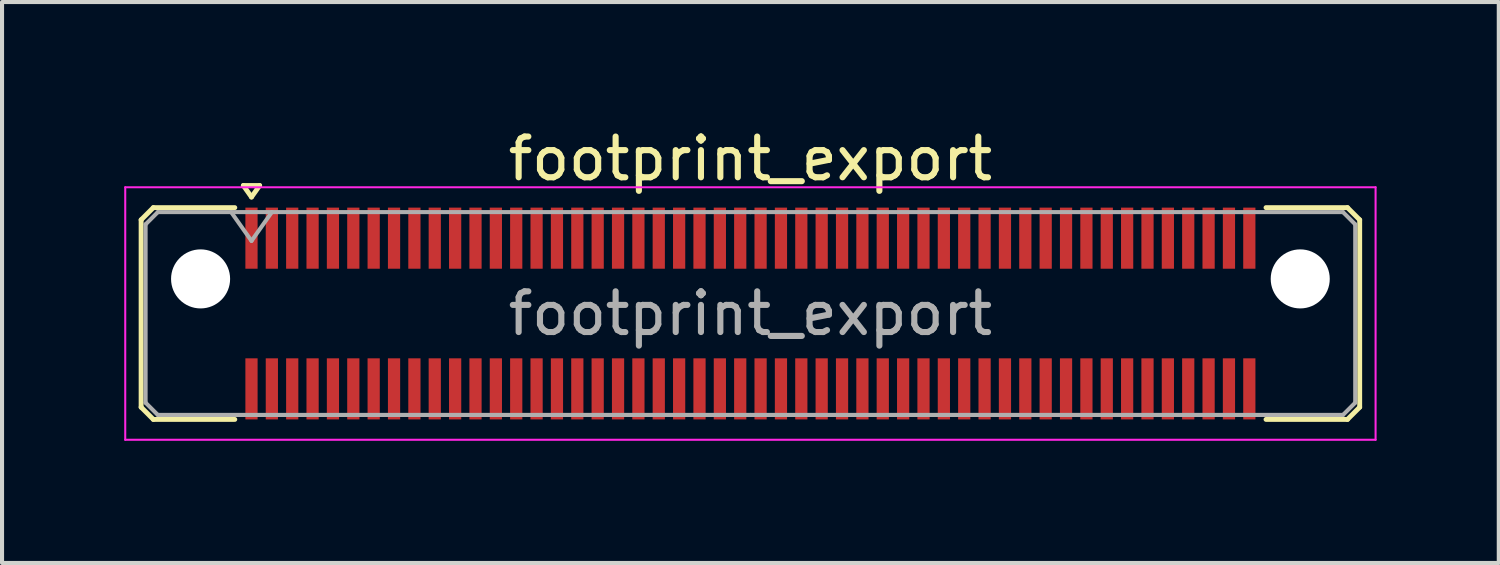
<source format=kicad_pcb>
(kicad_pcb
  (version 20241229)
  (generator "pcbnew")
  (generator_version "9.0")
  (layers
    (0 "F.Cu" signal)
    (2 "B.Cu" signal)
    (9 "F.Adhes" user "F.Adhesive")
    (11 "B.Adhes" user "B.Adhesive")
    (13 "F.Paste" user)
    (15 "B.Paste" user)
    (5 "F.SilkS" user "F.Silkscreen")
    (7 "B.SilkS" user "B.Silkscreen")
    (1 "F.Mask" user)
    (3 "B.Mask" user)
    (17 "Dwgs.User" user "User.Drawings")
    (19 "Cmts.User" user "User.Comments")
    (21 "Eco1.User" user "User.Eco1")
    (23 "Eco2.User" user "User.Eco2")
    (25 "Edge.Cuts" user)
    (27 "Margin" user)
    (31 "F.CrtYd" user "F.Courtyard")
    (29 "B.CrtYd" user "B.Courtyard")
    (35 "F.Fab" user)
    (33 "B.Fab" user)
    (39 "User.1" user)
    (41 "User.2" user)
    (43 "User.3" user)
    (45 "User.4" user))
  (footprint "footprint_export"
    (layer "F.Cu")
    (at 15.375 4.648)
    (property "Reference" "footprint_export" (at 0 -3.8 0) (layer "F.SilkS") (effects (font (size 1 1) (thickness 0.15))))
    (attr smd)
    (fp_line (start -14.96 -2.3) (end -14.96 2.3) (stroke (width 0.12) (type solid)) (layer "F.SilkS"))
    (fp_line (start -14.96 2.3) (end -14.66 2.6) (stroke (width 0.12) (type solid)) (layer "F.SilkS"))
    (fp_line (start -14.66 -2.6) (end -14.96 -2.3) (stroke (width 0.12) (type solid)) (layer "F.SilkS"))
    (fp_line (start -14.66 2.6) (end -12.66 2.6) (stroke (width 0.12) (type solid)) (layer "F.SilkS"))
    (fp_line (start -12.66 -2.6) (end -14.66 -2.6) (stroke (width 0.12) (type solid)) (layer "F.SilkS"))
    (fp_line (start -12.45 -3.143) (end -12.05 -3.143) (stroke (width 0.12) (type solid)) (layer "F.SilkS"))
    (fp_line (start -12.25 -2.86) (end -12.45 -3.143) (stroke (width 0.12) (type solid)) (layer "F.SilkS"))
    (fp_line (start -12.05 -3.143) (end -12.25 -2.86) (stroke (width 0.12) (type solid)) (layer "F.SilkS"))
    (fp_line (start 12.66 -2.6) (end 14.66 -2.6) (stroke (width 0.12) (type solid)) (layer "F.SilkS"))
    (fp_line (start 14.66 -2.6) (end 14.96 -2.3) (stroke (width 0.12) (type solid)) (layer "F.SilkS"))
    (fp_line (start 14.66 2.6) (end 12.66 2.6) (stroke (width 0.12) (type solid)) (layer "F.SilkS"))
    (fp_line (start 14.96 -2.3) (end 14.96 2.3) (stroke (width 0.12) (type solid)) (layer "F.SilkS"))
    (fp_line (start 14.96 2.3) (end 14.66 2.6) (stroke (width 0.12) (type solid)) (layer "F.SilkS"))
    (fp_line (start -15.35 -3.1) (end -15.35 3.1) (stroke (width 0.05) (type solid)) (layer "F.CrtYd"))
    (fp_line (start -15.35 3.1) (end 15.35 3.1) (stroke (width 0.05) (type solid)) (layer "F.CrtYd"))
    (fp_line (start 15.35 -3.1) (end -15.35 -3.1) (stroke (width 0.05) (type solid)) (layer "F.CrtYd"))
    (fp_line (start 15.35 3.1) (end 15.35 -3.1) (stroke (width 0.05) (type solid)) (layer "F.CrtYd"))
    (fp_line (start -14.85 -2.19) (end -14.85 2.19) (stroke (width 0.1) (type solid)) (layer "F.Fab"))
    (fp_line (start -14.85 2.19) (end -14.55 2.49) (stroke (width 0.1) (type solid)) (layer "F.Fab"))
    (fp_line (start -14.55 -2.49) (end -14.85 -2.19) (stroke (width 0.1) (type solid)) (layer "F.Fab"))
    (fp_line (start -14.55 2.49) (end 0 2.49) (stroke (width 0.1) (type solid)) (layer "F.Fab"))
    (fp_line (start -12.75 -2.49) (end -12.25 -1.783) (stroke (width 0.1) (type solid)) (layer "F.Fab"))
    (fp_line (start -12.25 -1.783) (end -11.75 -2.49) (stroke (width 0.1) (type solid)) (layer "F.Fab"))
    (fp_line (start 0 -2.49) (end -14.55 -2.49) (stroke (width 0.1) (type solid)) (layer "F.Fab"))
    (fp_line (start 0 -2.49) (end 14.55 -2.49) (stroke (width 0.1) (type solid)) (layer "F.Fab"))
    (fp_line (start 14.55 -2.49) (end 14.85 -2.19) (stroke (width 0.1) (type solid)) (layer "F.Fab"))
    (fp_line (start 14.55 2.49) (end 0 2.49) (stroke (width 0.1) (type solid)) (layer "F.Fab"))
    (fp_line (start 14.85 -2.19) (end 14.85 2.19) (stroke (width 0.1) (type solid)) (layer "F.Fab"))
    (fp_line (start 14.85 2.19) (end 14.55 2.49) (stroke (width 0.1) (type solid)) (layer "F.Fab"))
    (fp_text user "${REFERENCE}" (at 0 0 0) (layer "F.Fab") (effects (font (size 1 1) (thickness 0.15))))
    (pad "" np_thru_hole circle (at -13.5 -0.85) (size 1.45 1.45) (drill 1.45) (layers "*.Cu" "*.Mask"))
    (pad "" np_thru_hole circle (at 13.5 -0.85) (size 1.45 1.45) (drill 1.45) (layers "*.Cu" "*.Mask"))
    (pad "1" smd rect (at -12.25 -1.85) (size 0.3 1.5) (layers "F.Cu" "F.Mask" "F.Paste"))
    (pad "2" smd rect (at -12.25 1.85) (size 0.3 1.5) (layers "F.Cu" "F.Mask" "F.Paste"))
    (pad "3" smd rect (at -11.75 -1.85) (size 0.3 1.5) (layers "F.Cu" "F.Mask" "F.Paste"))
    (pad "4" smd rect (at -11.75 1.85) (size 0.3 1.5) (layers "F.Cu" "F.Mask" "F.Paste"))
    (pad "5" smd rect (at -11.25 -1.85) (size 0.3 1.5) (layers "F.Cu" "F.Mask" "F.Paste"))
    (pad "6" smd rect (at -11.25 1.85) (size 0.3 1.5) (layers "F.Cu" "F.Mask" "F.Paste"))
    (pad "7" smd rect (at -10.75 -1.85) (size 0.3 1.5) (layers "F.Cu" "F.Mask" "F.Paste"))
    (pad "8" smd rect (at -10.75 1.85) (size 0.3 1.5) (layers "F.Cu" "F.Mask" "F.Paste"))
    (pad "9" smd rect (at -10.25 -1.85) (size 0.3 1.5) (layers "F.Cu" "F.Mask" "F.Paste"))
    (pad "10" smd rect (at -10.25 1.85) (size 0.3 1.5) (layers "F.Cu" "F.Mask" "F.Paste"))
    (pad "11" smd rect (at -9.75 -1.85) (size 0.3 1.5) (layers "F.Cu" "F.Mask" "F.Paste"))
    (pad "12" smd rect (at -9.75 1.85) (size 0.3 1.5) (layers "F.Cu" "F.Mask" "F.Paste"))
    (pad "13" smd rect (at -9.25 -1.85) (size 0.3 1.5) (layers "F.Cu" "F.Mask" "F.Paste"))
    (pad "14" smd rect (at -9.25 1.85) (size 0.3 1.5) (layers "F.Cu" "F.Mask" "F.Paste"))
    (pad "15" smd rect (at -8.75 -1.85) (size 0.3 1.5) (layers "F.Cu" "F.Mask" "F.Paste"))
    (pad "16" smd rect (at -8.75 1.85) (size 0.3 1.5) (layers "F.Cu" "F.Mask" "F.Paste"))
    (pad "17" smd rect (at -8.25 -1.85) (size 0.3 1.5) (layers "F.Cu" "F.Mask" "F.Paste"))
    (pad "18" smd rect (at -8.25 1.85) (size 0.3 1.5) (layers "F.Cu" "F.Mask" "F.Paste"))
    (pad "19" smd rect (at -7.75 -1.85) (size 0.3 1.5) (layers "F.Cu" "F.Mask" "F.Paste"))
    (pad "20" smd rect (at -7.75 1.85) (size 0.3 1.5) (layers "F.Cu" "F.Mask" "F.Paste"))
    (pad "21" smd rect (at -7.25 -1.85) (size 0.3 1.5) (layers "F.Cu" "F.Mask" "F.Paste"))
    (pad "22" smd rect (at -7.25 1.85) (size 0.3 1.5) (layers "F.Cu" "F.Mask" "F.Paste"))
    (pad "23" smd rect (at -6.75 -1.85) (size 0.3 1.5) (layers "F.Cu" "F.Mask" "F.Paste"))
    (pad "24" smd rect (at -6.75 1.85) (size 0.3 1.5) (layers "F.Cu" "F.Mask" "F.Paste"))
    (pad "25" smd rect (at -6.25 -1.85) (size 0.3 1.5) (layers "F.Cu" "F.Mask" "F.Paste"))
    (pad "26" smd rect (at -6.25 1.85) (size 0.3 1.5) (layers "F.Cu" "F.Mask" "F.Paste"))
    (pad "27" smd rect (at -5.75 -1.85) (size 0.3 1.5) (layers "F.Cu" "F.Mask" "F.Paste"))
    (pad "28" smd rect (at -5.75 1.85) (size 0.3 1.5) (layers "F.Cu" "F.Mask" "F.Paste"))
    (pad "29" smd rect (at -5.25 -1.85) (size 0.3 1.5) (layers "F.Cu" "F.Mask" "F.Paste"))
    (pad "30" smd rect (at -5.25 1.85) (size 0.3 1.5) (layers "F.Cu" "F.Mask" "F.Paste"))
    (pad "31" smd rect (at -4.75 -1.85) (size 0.3 1.5) (layers "F.Cu" "F.Mask" "F.Paste"))
    (pad "32" smd rect (at -4.75 1.85) (size 0.3 1.5) (layers "F.Cu" "F.Mask" "F.Paste"))
    (pad "33" smd rect (at -4.25 -1.85) (size 0.3 1.5) (layers "F.Cu" "F.Mask" "F.Paste"))
    (pad "34" smd rect (at -4.25 1.85) (size 0.3 1.5) (layers "F.Cu" "F.Mask" "F.Paste"))
    (pad "35" smd rect (at -3.75 -1.85) (size 0.3 1.5) (layers "F.Cu" "F.Mask" "F.Paste"))
    (pad "36" smd rect (at -3.75 1.85) (size 0.3 1.5) (layers "F.Cu" "F.Mask" "F.Paste"))
    (pad "37" smd rect (at -3.25 -1.85) (size 0.3 1.5) (layers "F.Cu" "F.Mask" "F.Paste"))
    (pad "38" smd rect (at -3.25 1.85) (size 0.3 1.5) (layers "F.Cu" "F.Mask" "F.Paste"))
    (pad "39" smd rect (at -2.75 -1.85) (size 0.3 1.5) (layers "F.Cu" "F.Mask" "F.Paste"))
    (pad "40" smd rect (at -2.75 1.85) (size 0.3 1.5) (layers "F.Cu" "F.Mask" "F.Paste"))
    (pad "41" smd rect (at -2.25 -1.85) (size 0.3 1.5) (layers "F.Cu" "F.Mask" "F.Paste"))
    (pad "42" smd rect (at -2.25 1.85) (size 0.3 1.5) (layers "F.Cu" "F.Mask" "F.Paste"))
    (pad "43" smd rect (at -1.75 -1.85) (size 0.3 1.5) (layers "F.Cu" "F.Mask" "F.Paste"))
    (pad "44" smd rect (at -1.75 1.85) (size 0.3 1.5) (layers "F.Cu" "F.Mask" "F.Paste"))
    (pad "45" smd rect (at -1.25 -1.85) (size 0.3 1.5) (layers "F.Cu" "F.Mask" "F.Paste"))
    (pad "46" smd rect (at -1.25 1.85) (size 0.3 1.5) (layers "F.Cu" "F.Mask" "F.Paste"))
    (pad "47" smd rect (at -0.75 -1.85) (size 0.3 1.5) (layers "F.Cu" "F.Mask" "F.Paste"))
    (pad "48" smd rect (at -0.75 1.85) (size 0.3 1.5) (layers "F.Cu" "F.Mask" "F.Paste"))
    (pad "49" smd rect (at -0.25 -1.85) (size 0.3 1.5) (layers "F.Cu" "F.Mask" "F.Paste"))
    (pad "50" smd rect (at -0.25 1.85) (size 0.3 1.5) (layers "F.Cu" "F.Mask" "F.Paste"))
    (pad "51" smd rect (at 0.25 -1.85) (size 0.3 1.5) (layers "F.Cu" "F.Mask" "F.Paste"))
    (pad "52" smd rect (at 0.25 1.85) (size 0.3 1.5) (layers "F.Cu" "F.Mask" "F.Paste"))
    (pad "53" smd rect (at 0.75 -1.85) (size 0.3 1.5) (layers "F.Cu" "F.Mask" "F.Paste"))
    (pad "54" smd rect (at 0.75 1.85) (size 0.3 1.5) (layers "F.Cu" "F.Mask" "F.Paste"))
    (pad "55" smd rect (at 1.25 -1.85) (size 0.3 1.5) (layers "F.Cu" "F.Mask" "F.Paste"))
    (pad "56" smd rect (at 1.25 1.85) (size 0.3 1.5) (layers "F.Cu" "F.Mask" "F.Paste"))
    (pad "57" smd rect (at 1.75 -1.85) (size 0.3 1.5) (layers "F.Cu" "F.Mask" "F.Paste"))
    (pad "58" smd rect (at 1.75 1.85) (size 0.3 1.5) (layers "F.Cu" "F.Mask" "F.Paste"))
    (pad "59" smd rect (at 2.25 -1.85) (size 0.3 1.5) (layers "F.Cu" "F.Mask" "F.Paste"))
    (pad "60" smd rect (at 2.25 1.85) (size 0.3 1.5) (layers "F.Cu" "F.Mask" "F.Paste"))
    (pad "61" smd rect (at 2.75 -1.85) (size 0.3 1.5) (layers "F.Cu" "F.Mask" "F.Paste"))
    (pad "62" smd rect (at 2.75 1.85) (size 0.3 1.5) (layers "F.Cu" "F.Mask" "F.Paste"))
    (pad "63" smd rect (at 3.25 -1.85) (size 0.3 1.5) (layers "F.Cu" "F.Mask" "F.Paste"))
    (pad "64" smd rect (at 3.25 1.85) (size 0.3 1.5) (layers "F.Cu" "F.Mask" "F.Paste"))
    (pad "65" smd rect (at 3.75 -1.85) (size 0.3 1.5) (layers "F.Cu" "F.Mask" "F.Paste"))
    (pad "66" smd rect (at 3.75 1.85) (size 0.3 1.5) (layers "F.Cu" "F.Mask" "F.Paste"))
    (pad "67" smd rect (at 4.25 -1.85) (size 0.3 1.5) (layers "F.Cu" "F.Mask" "F.Paste"))
    (pad "68" smd rect (at 4.25 1.85) (size 0.3 1.5) (layers "F.Cu" "F.Mask" "F.Paste"))
    (pad "69" smd rect (at 4.75 -1.85) (size 0.3 1.5) (layers "F.Cu" "F.Mask" "F.Paste"))
    (pad "70" smd rect (at 4.75 1.85) (size 0.3 1.5) (layers "F.Cu" "F.Mask" "F.Paste"))
    (pad "71" smd rect (at 5.25 -1.85) (size 0.3 1.5) (layers "F.Cu" "F.Mask" "F.Paste"))
    (pad "72" smd rect (at 5.25 1.85) (size 0.3 1.5) (layers "F.Cu" "F.Mask" "F.Paste"))
    (pad "73" smd rect (at 5.75 -1.85) (size 0.3 1.5) (layers "F.Cu" "F.Mask" "F.Paste"))
    (pad "74" smd rect (at 5.75 1.85) (size 0.3 1.5) (layers "F.Cu" "F.Mask" "F.Paste"))
    (pad "75" smd rect (at 6.25 -1.85) (size 0.3 1.5) (layers "F.Cu" "F.Mask" "F.Paste"))
    (pad "76" smd rect (at 6.25 1.85) (size 0.3 1.5) (layers "F.Cu" "F.Mask" "F.Paste"))
    (pad "77" smd rect (at 6.75 -1.85) (size 0.3 1.5) (layers "F.Cu" "F.Mask" "F.Paste"))
    (pad "78" smd rect (at 6.75 1.85) (size 0.3 1.5) (layers "F.Cu" "F.Mask" "F.Paste"))
    (pad "79" smd rect (at 7.25 -1.85) (size 0.3 1.5) (layers "F.Cu" "F.Mask" "F.Paste"))
    (pad "80" smd rect (at 7.25 1.85) (size 0.3 1.5) (layers "F.Cu" "F.Mask" "F.Paste"))
    (pad "81" smd rect (at 7.75 -1.85) (size 0.3 1.5) (layers "F.Cu" "F.Mask" "F.Paste"))
    (pad "82" smd rect (at 7.75 1.85) (size 0.3 1.5) (layers "F.Cu" "F.Mask" "F.Paste"))
    (pad "83" smd rect (at 8.25 -1.85) (size 0.3 1.5) (layers "F.Cu" "F.Mask" "F.Paste"))
    (pad "84" smd rect (at 8.25 1.85) (size 0.3 1.5) (layers "F.Cu" "F.Mask" "F.Paste"))
    (pad "85" smd rect (at 8.75 -1.85) (size 0.3 1.5) (layers "F.Cu" "F.Mask" "F.Paste"))
    (pad "86" smd rect (at 8.75 1.85) (size 0.3 1.5) (layers "F.Cu" "F.Mask" "F.Paste"))
    (pad "87" smd rect (at 9.25 -1.85) (size 0.3 1.5) (layers "F.Cu" "F.Mask" "F.Paste"))
    (pad "88" smd rect (at 9.25 1.85) (size 0.3 1.5) (layers "F.Cu" "F.Mask" "F.Paste"))
    (pad "89" smd rect (at 9.75 -1.85) (size 0.3 1.5) (layers "F.Cu" "F.Mask" "F.Paste"))
    (pad "90" smd rect (at 9.75 1.85) (size 0.3 1.5) (layers "F.Cu" "F.Mask" "F.Paste"))
    (pad "91" smd rect (at 10.25 -1.85) (size 0.3 1.5) (layers "F.Cu" "F.Mask" "F.Paste"))
    (pad "92" smd rect (at 10.25 1.85) (size 0.3 1.5) (layers "F.Cu" "F.Mask" "F.Paste"))
    (pad "93" smd rect (at 10.75 -1.85) (size 0.3 1.5) (layers "F.Cu" "F.Mask" "F.Paste"))
    (pad "94" smd rect (at 10.75 1.85) (size 0.3 1.5) (layers "F.Cu" "F.Mask" "F.Paste"))
    (pad "95" smd rect (at 11.25 -1.85) (size 0.3 1.5) (layers "F.Cu" "F.Mask" "F.Paste"))
    (pad "96" smd rect (at 11.25 1.85) (size 0.3 1.5) (layers "F.Cu" "F.Mask" "F.Paste"))
    (pad "97" smd rect (at 11.75 -1.85) (size 0.3 1.5) (layers "F.Cu" "F.Mask" "F.Paste"))
    (pad "98" smd rect (at 11.75 1.85) (size 0.3 1.5) (layers "F.Cu" "F.Mask" "F.Paste"))
    (pad "99" smd rect (at 12.25 -1.85) (size 0.3 1.5) (layers "F.Cu" "F.Mask" "F.Paste"))
    (pad "100" smd rect (at 12.25 1.85) (size 0.3 1.5) (layers "F.Cu" "F.Mask" "F.Paste")))
  (gr_rect
    (start -3 -3)
    (end 33.75 10.773)
    (stroke (width 0.1) (type default))
    (fill no)
    (layer "Edge.Cuts")))
</source>
